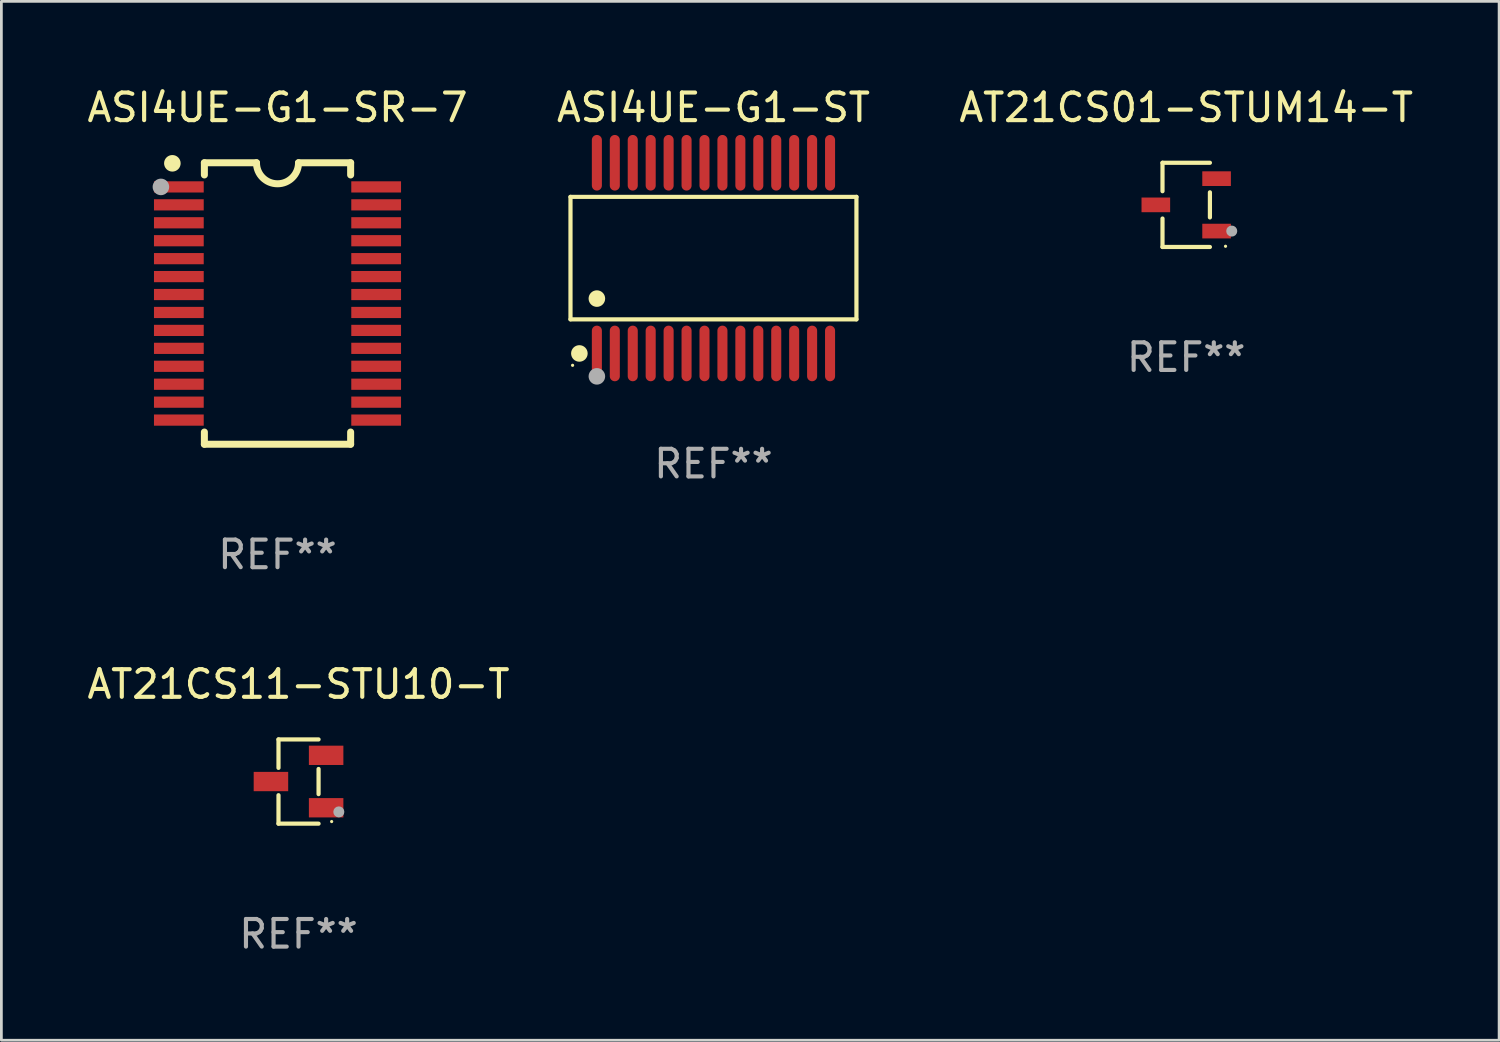
<source format=kicad_pcb>
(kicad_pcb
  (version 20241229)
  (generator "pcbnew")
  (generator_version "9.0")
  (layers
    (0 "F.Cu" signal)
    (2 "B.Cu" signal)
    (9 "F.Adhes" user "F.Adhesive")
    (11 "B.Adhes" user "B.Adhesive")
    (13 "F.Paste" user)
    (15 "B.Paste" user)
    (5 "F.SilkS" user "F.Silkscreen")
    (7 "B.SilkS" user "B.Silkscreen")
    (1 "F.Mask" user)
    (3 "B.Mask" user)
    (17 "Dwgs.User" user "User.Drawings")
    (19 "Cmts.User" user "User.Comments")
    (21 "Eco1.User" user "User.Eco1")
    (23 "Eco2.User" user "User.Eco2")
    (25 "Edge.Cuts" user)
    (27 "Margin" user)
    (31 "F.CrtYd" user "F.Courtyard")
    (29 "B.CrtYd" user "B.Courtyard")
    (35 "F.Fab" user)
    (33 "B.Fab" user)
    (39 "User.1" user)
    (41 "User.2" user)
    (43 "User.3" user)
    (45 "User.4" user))
  (footprint "ASI4UE-G1-ST"
    (layer "F.Cu")
    (at 22.804 6.303)
    (property "Reference" "ASI4UE-G1-ST" (at 0 -5.455 0) (layer "F.SilkS") (effects (font (size 1 1) (thickness 0.15))))
    (attr through_hole)
    (fp_line (start -5.181 -2.219) (end 5.181 -2.219) (stroke (width 0.152) (type solid)) (layer "F.SilkS"))
    (fp_line (start -5.181 2.219) (end -5.181 -2.219) (stroke (width 0.152) (type solid)) (layer "F.SilkS"))
    (fp_line (start 5.181 -2.219) (end 5.181 2.219) (stroke (width 0.152) (type solid)) (layer "F.SilkS"))
    (fp_line (start 5.181 2.219) (end -5.181 2.219) (stroke (width 0.152) (type solid)) (layer "F.SilkS"))
    (fp_circle (center -5.105 3.885) (end -5.075 3.885) (stroke (width 0.06) (type solid)) (fill no) (layer "F.SilkS"))
    (fp_circle (center -4.859 3.455) (end -4.709 3.455) (stroke (width 0.3) (type solid)) (fill no) (layer "F.SilkS"))
    (fp_circle (center -4.225 1.467) (end -4.075 1.467) (stroke (width 0.3) (type solid)) (fill no) (layer "F.SilkS"))
    (fp_circle (center -4.225 4.285) (end -4.075 4.285) (stroke (width 0.3) (type solid)) (fill no) (layer "F.Fab"))
    (fp_text user "REF**" (at 0 7.455 0) (layer "F.Fab") (effects (font (size 1 1) (thickness 0.15))))
    (pad "1" smd oval (at -4.225 3.455) (size 0.364 2.015) (layers "F.Cu" "F.Mask" "F.Paste"))
    (pad "2" smd oval (at -3.575 3.455) (size 0.364 2.015) (layers "F.Cu" "F.Mask" "F.Paste"))
    (pad "3" smd oval (at -2.925 3.455) (size 0.364 2.015) (layers "F.Cu" "F.Mask" "F.Paste"))
    (pad "4" smd oval (at -2.275 3.455) (size 0.364 2.015) (layers "F.Cu" "F.Mask" "F.Paste"))
    (pad "5" smd oval (at -1.625 3.455) (size 0.364 2.015) (layers "F.Cu" "F.Mask" "F.Paste"))
    (pad "6" smd oval (at -0.975 3.455) (size 0.364 2.015) (layers "F.Cu" "F.Mask" "F.Paste"))
    (pad "7" smd oval (at -0.325 3.455) (size 0.364 2.015) (layers "F.Cu" "F.Mask" "F.Paste"))
    (pad "8" smd oval (at 0.325 3.455) (size 0.364 2.015) (layers "F.Cu" "F.Mask" "F.Paste"))
    (pad "9" smd oval (at 0.975 3.455) (size 0.364 2.015) (layers "F.Cu" "F.Mask" "F.Paste"))
    (pad "10" smd oval (at 1.625 3.455) (size 0.364 2.015) (layers "F.Cu" "F.Mask" "F.Paste"))
    (pad "11" smd oval (at 2.275 3.455) (size 0.364 2.015) (layers "F.Cu" "F.Mask" "F.Paste"))
    (pad "12" smd oval (at 2.925 3.455) (size 0.364 2.015) (layers "F.Cu" "F.Mask" "F.Paste"))
    (pad "13" smd oval (at 3.575 3.455) (size 0.364 2.015) (layers "F.Cu" "F.Mask" "F.Paste"))
    (pad "14" smd oval (at 4.225 3.455) (size 0.364 2.015) (layers "F.Cu" "F.Mask" "F.Paste"))
    (pad "15" smd oval (at 4.225 -3.455) (size 0.364 2.015) (layers "F.Cu" "F.Mask" "F.Paste"))
    (pad "16" smd oval (at 3.575 -3.455) (size 0.364 2.015) (layers "F.Cu" "F.Mask" "F.Paste"))
    (pad "17" smd oval (at 2.925 -3.455) (size 0.364 2.015) (layers "F.Cu" "F.Mask" "F.Paste"))
    (pad "18" smd oval (at 2.275 -3.455) (size 0.364 2.015) (layers "F.Cu" "F.Mask" "F.Paste"))
    (pad "19" smd oval (at 1.625 -3.455) (size 0.364 2.015) (layers "F.Cu" "F.Mask" "F.Paste"))
    (pad "20" smd oval (at 0.975 -3.455) (size 0.364 2.015) (layers "F.Cu" "F.Mask" "F.Paste"))
    (pad "21" smd oval (at 0.325 -3.455) (size 0.364 2.015) (layers "F.Cu" "F.Mask" "F.Paste"))
    (pad "22" smd oval (at -0.325 -3.455) (size 0.364 2.015) (layers "F.Cu" "F.Mask" "F.Paste"))
    (pad "23" smd oval (at -0.975 -3.455) (size 0.364 2.015) (layers "F.Cu" "F.Mask" "F.Paste"))
    (pad "24" smd oval (at -1.625 -3.455) (size 0.364 2.015) (layers "F.Cu" "F.Mask" "F.Paste"))
    (pad "25" smd oval (at -2.275 -3.455) (size 0.364 2.015) (layers "F.Cu" "F.Mask" "F.Paste"))
    (pad "26" smd oval (at -2.925 -3.455) (size 0.364 2.015) (layers "F.Cu" "F.Mask" "F.Paste"))
    (pad "27" smd oval (at -3.575 -3.455) (size 0.364 2.015) (layers "F.Cu" "F.Mask" "F.Paste"))
    (pad "28" smd oval (at -4.225 -3.455) (size 0.364 2.015) (layers "F.Cu" "F.Mask" "F.Paste")))
  (footprint "AT21CS01-STUM14-T"
    (layer "F.Cu")
    (at 39.935 4.374)
    (property "Reference" "AT21CS01-STUM14-T" (at 0 -3.526 0) (layer "F.SilkS") (effects (font (size 1 1) (thickness 0.15))))
    (attr through_hole)
    (fp_line (start -0.859 -1.526) (end -0.859 -0.495) (stroke (width 0.152) (type solid)) (layer "F.SilkS"))
    (fp_line (start -0.859 1.526) (end -0.859 0.495) (stroke (width 0.152) (type solid)) (layer "F.SilkS"))
    (fp_line (start 0.859 -1.526) (end -0.859 -1.526) (stroke (width 0.152) (type solid)) (layer "F.SilkS"))
    (fp_line (start 0.859 -0.455) (end 0.859 0.455) (stroke (width 0.152) (type solid)) (layer "F.SilkS"))
    (fp_line (start 0.859 1.526) (end -0.859 1.526) (stroke (width 0.152) (type solid)) (layer "F.SilkS"))
    (fp_circle (center 1.425 1.5) (end 1.455 1.5) (stroke (width 0.06) (type solid)) (fill no) (layer "F.SilkS"))
    (fp_circle (center 1.65 0.95) (end 1.75 0.95) (stroke (width 0.2) (type solid)) (fill no) (layer "F.Fab"))
    (fp_text user "REF**" (at 0 5.526 0) (layer "F.Fab") (effects (font (size 1 1) (thickness 0.15))))
    (pad "1" smd rect (at 1.101 0.95) (size 1.037 0.532) (layers "F.Cu" "F.Mask" "F.Paste"))
    (pad "2" smd rect (at 1.101 -0.95) (size 1.037 0.532) (layers "F.Cu" "F.Mask" "F.Paste"))
    (pad "3" smd rect (at -1.101 0) (size 1.037 0.532) (layers "F.Cu" "F.Mask" "F.Paste")))
  (footprint "AT21CS11-STU10-T"
    (layer "F.Cu")
    (at 7.768 25.271)
    (property "Reference" "AT21CS11-STU10-T" (at 0 -3.526 0) (layer "F.SilkS") (effects (font (size 1 1) (thickness 0.15))))
    (attr through_hole)
    (fp_line (start -0.726 -1.526) (end -0.726 -0.495) (stroke (width 0.152) (type solid)) (layer "F.SilkS"))
    (fp_line (start -0.726 1.526) (end -0.726 0.495) (stroke (width 0.152) (type solid)) (layer "F.SilkS"))
    (fp_line (start 0.726 -1.526) (end -0.726 -1.526) (stroke (width 0.152) (type solid)) (layer "F.SilkS"))
    (fp_line (start 0.726 -0.455) (end 0.726 0.455) (stroke (width 0.152) (type solid)) (layer "F.SilkS"))
    (fp_line (start 0.726 1.526) (end -0.726 1.526) (stroke (width 0.152) (type solid)) (layer "F.SilkS"))
    (fp_circle (center 1.2 1.45) (end 1.23 1.45) (stroke (width 0.06) (type solid)) (fill no) (layer "F.SilkS"))
    (fp_circle (center 1.46 1.1) (end 1.56 1.1) (stroke (width 0.2) (type solid)) (fill no) (layer "F.Fab"))
    (fp_text user "REF**" (at 0 5.526 0) (layer "F.Fab") (effects (font (size 1 1) (thickness 0.15))))
    (pad "1" smd rect (at 1 0.95) (size 1.25 0.7) (layers "F.Cu" "F.Mask" "F.Paste"))
    (pad "2" smd rect (at 1 -0.95) (size 1.25 0.7) (layers "F.Cu" "F.Mask" "F.Paste"))
    (pad "3" smd rect (at -1 0) (size 1.25 0.7) (layers "F.Cu" "F.Mask" "F.Paste")))
  (footprint "ASI4UE-G1-SR-7"
    (layer "F.Cu")
    (at 7.006 7.948)
    (property "Reference" "ASI4UE-G1-SR-7" (at 0 -7.1 0) (layer "F.SilkS") (effects (font (size 1 1) (thickness 0.15))))
    (attr through_hole)
    (fp_line (start -2.65 -5.1) (end -0.762 -5.1) (stroke (width 0.254) (type solid)) (layer "F.SilkS"))
    (fp_line (start -2.65 -4.658) (end -2.65 -5.1) (stroke (width 0.254) (type solid)) (layer "F.SilkS"))
    (fp_line (start -2.65 5.1) (end -2.65 4.658) (stroke (width 0.254) (type solid)) (layer "F.SilkS"))
    (fp_line (start -2.65 5.1) (end 2.65 5.1) (stroke (width 0.254) (type solid)) (layer "F.SilkS"))
    (fp_line (start 2.65 -5.1) (end 0.762 -5.1) (stroke (width 0.254) (type solid)) (layer "F.SilkS"))
    (fp_line (start 2.65 -5.1) (end 2.65 -4.658) (stroke (width 0.254) (type solid)) (layer "F.SilkS"))
    (fp_line (start 2.65 4.658) (end 2.65 5.1) (stroke (width 0.254) (type solid)) (layer "F.SilkS"))
    (fp_arc (start 0.761925 -5.1) (mid -0.000241 -4.338329) (end -0.762077 -5.10033) (stroke (width 0.254001) (type solid)) (layer "F.SilkS"))
    (fp_circle (center -3.858 -5.07) (end -3.828 -5.07) (stroke (width 0.06) (type solid)) (fill no) (layer "F.SilkS"))
    (fp_circle (center -3.81 -5.08) (end -3.66 -5.08) (stroke (width 0.3) (type solid)) (fill no) (layer "F.SilkS"))
    (fp_circle (center -4.225 -4.225) (end -4.075 -4.225) (stroke (width 0.3) (type solid)) (fill no) (layer "F.Fab"))
    (fp_text user "REF**" (at 0 9.1 0) (layer "F.Fab") (effects (font (size 1 1) (thickness 0.15))))
    (pad "1" smd rect (at -3.575 -4.225) (size 1.803 0.406) (layers "F.Cu" "F.Mask" "F.Paste"))
    (pad "2" smd rect (at -3.575 -3.575) (size 1.803 0.406) (layers "F.Cu" "F.Mask" "F.Paste"))
    (pad "3" smd rect (at -3.575 -2.925) (size 1.803 0.406) (layers "F.Cu" "F.Mask" "F.Paste"))
    (pad "4" smd rect (at -3.575 -2.275) (size 1.803 0.406) (layers "F.Cu" "F.Mask" "F.Paste"))
    (pad "5" smd rect (at -3.575 -1.625) (size 1.803 0.406) (layers "F.Cu" "F.Mask" "F.Paste"))
    (pad "6" smd rect (at -3.575 -0.975) (size 1.803 0.406) (layers "F.Cu" "F.Mask" "F.Paste"))
    (pad "7" smd rect (at -3.575 -0.325) (size 1.803 0.406) (layers "F.Cu" "F.Mask" "F.Paste"))
    (pad "8" smd rect (at -3.575 0.325) (size 1.803 0.406) (layers "F.Cu" "F.Mask" "F.Paste"))
    (pad "9" smd rect (at -3.575 0.975) (size 1.803 0.406) (layers "F.Cu" "F.Mask" "F.Paste"))
    (pad "10" smd rect (at -3.575 1.625) (size 1.803 0.406) (layers "F.Cu" "F.Mask" "F.Paste"))
    (pad "11" smd rect (at -3.575 2.275) (size 1.803 0.406) (layers "F.Cu" "F.Mask" "F.Paste"))
    (pad "12" smd rect (at -3.575 2.925) (size 1.803 0.406) (layers "F.Cu" "F.Mask" "F.Paste"))
    (pad "13" smd rect (at -3.575 3.575) (size 1.803 0.406) (layers "F.Cu" "F.Mask" "F.Paste"))
    (pad "14" smd rect (at -3.575 4.225) (size 1.803 0.406) (layers "F.Cu" "F.Mask" "F.Paste"))
    (pad "15" smd rect (at 3.575 4.225) (size 1.803 0.406) (layers "F.Cu" "F.Mask" "F.Paste"))
    (pad "16" smd rect (at 3.575 3.575) (size 1.803 0.406) (layers "F.Cu" "F.Mask" "F.Paste"))
    (pad "17" smd rect (at 3.575 2.925) (size 1.803 0.406) (layers "F.Cu" "F.Mask" "F.Paste"))
    (pad "18" smd rect (at 3.575 2.275) (size 1.803 0.406) (layers "F.Cu" "F.Mask" "F.Paste"))
    (pad "19" smd rect (at 3.575 1.625) (size 1.803 0.406) (layers "F.Cu" "F.Mask" "F.Paste"))
    (pad "20" smd rect (at 3.575 0.975) (size 1.803 0.406) (layers "F.Cu" "F.Mask" "F.Paste"))
    (pad "21" smd rect (at 3.575 0.325) (size 1.803 0.406) (layers "F.Cu" "F.Mask" "F.Paste"))
    (pad "22" smd rect (at 3.575 -0.325) (size 1.803 0.406) (layers "F.Cu" "F.Mask" "F.Paste"))
    (pad "23" smd rect (at 3.575 -0.975) (size 1.803 0.406) (layers "F.Cu" "F.Mask" "F.Paste"))
    (pad "24" smd rect (at 3.575 -1.625) (size 1.803 0.406) (layers "F.Cu" "F.Mask" "F.Paste"))
    (pad "25" smd rect (at 3.575 -2.275) (size 1.803 0.406) (layers "F.Cu" "F.Mask" "F.Paste"))
    (pad "26" smd rect (at 3.575 -2.925) (size 1.803 0.406) (layers "F.Cu" "F.Mask" "F.Paste"))
    (pad "27" smd rect (at 3.575 -3.575) (size 1.803 0.406) (layers "F.Cu" "F.Mask" "F.Paste"))
    (pad "28" smd rect (at 3.575 -4.225) (size 1.803 0.406) (layers "F.Cu" "F.Mask" "F.Paste")))
  (gr_rect
    (start -3 -3)
    (end 51.274 34.645)
    (stroke (width 0.1) (type default))
    (fill no)
    (layer "Edge.Cuts")))
</source>
